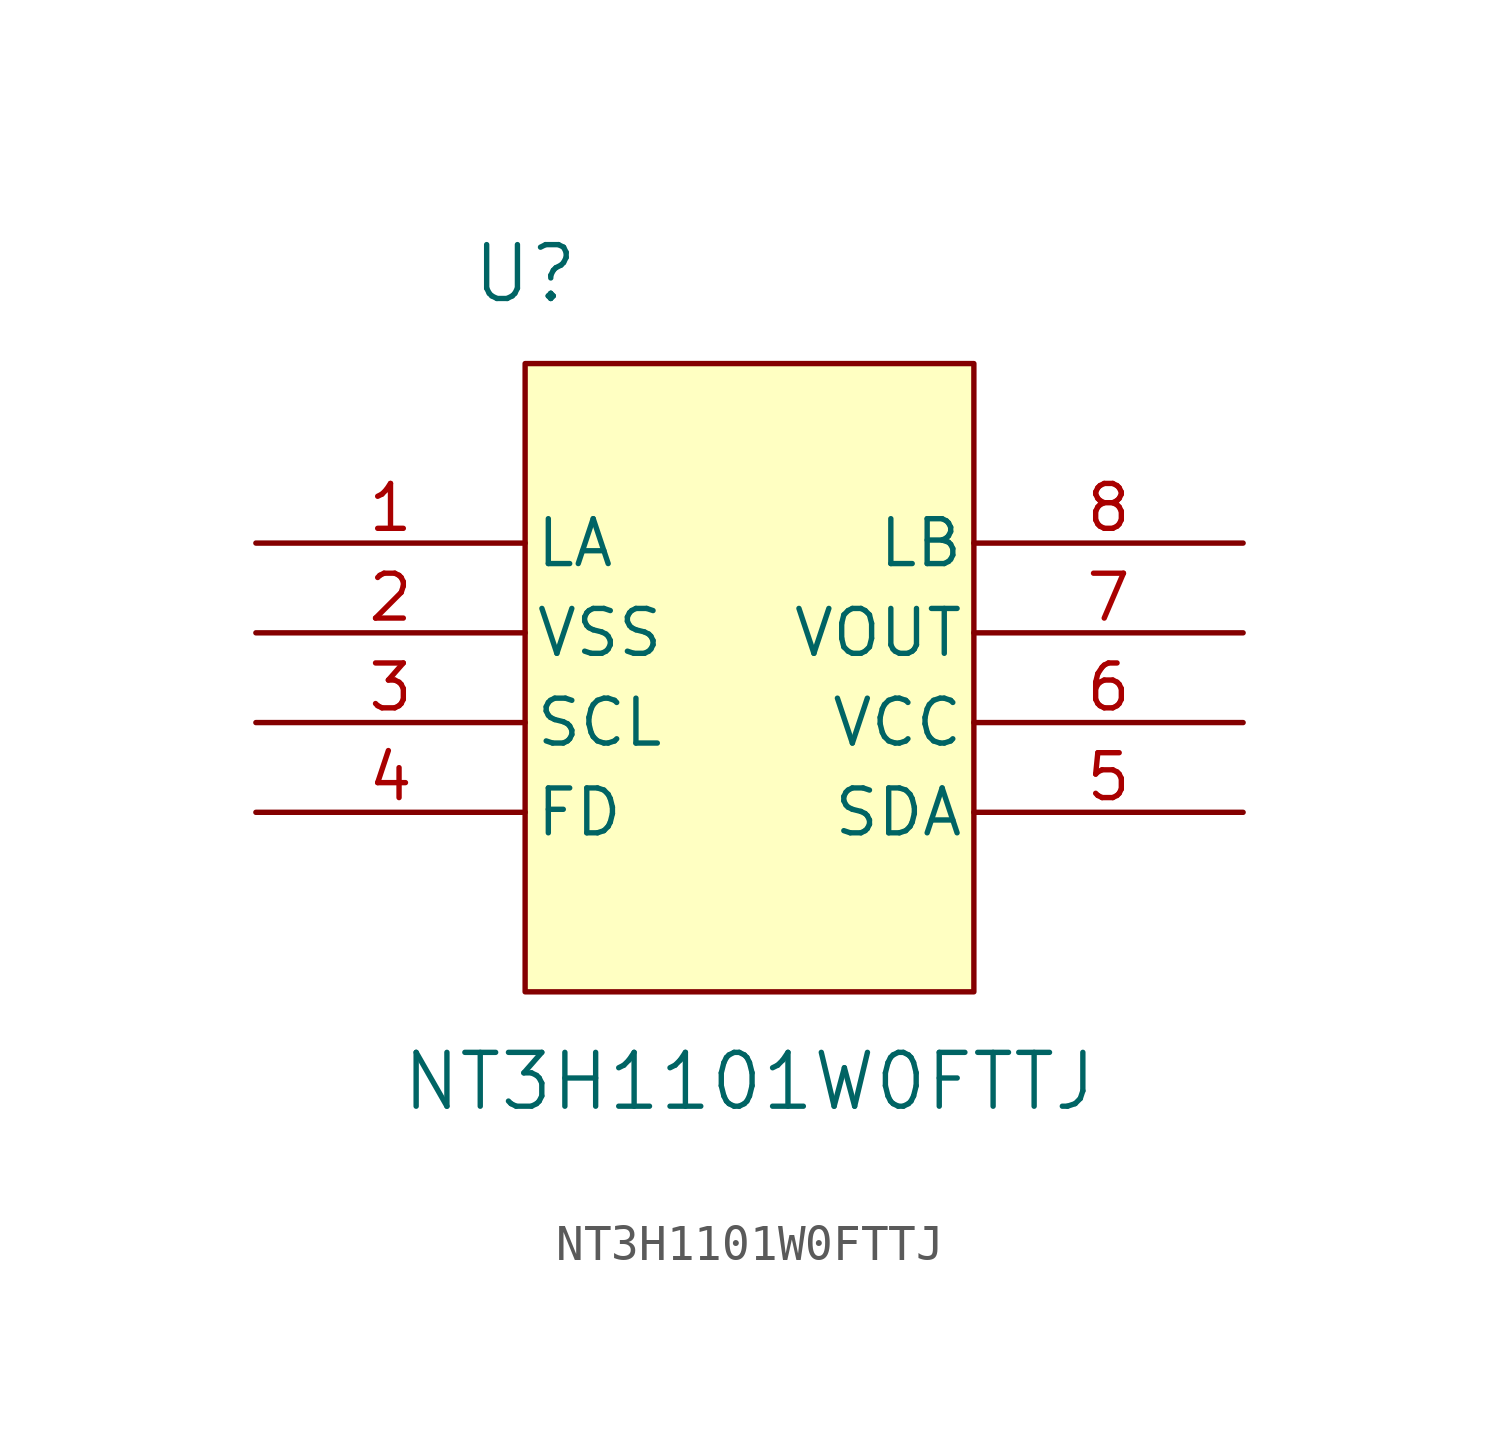
<source format=kicad_sym>
(kicad_symbol_lib
  (version 20220914)
  (generator kicad_symbol_editor)
  (symbol "NT3H1101W0FTTJ"
    (pin_names
      (offset 0.254))
    (property "Reference" "U"
      (at 0 20.32 0)
      (effects (font (size 1.524 1.524))))
    (property "Value" "NT3H1101W0FTTJ"
      (at 6.35 -2.54 0)
      (effects (font (size 1.524 1.524))))
    (symbol "NT3H1101W0FTTJ_0_1"
      (pin power_out line (at -7.62 10.16 0) (length 7.62) (name "VSS" (effects (font (size 1.27 1.27)))) (number "2" (effects (font (size 1.27 1.27)))))
      (pin unspecified line (at -7.62 7.62 0) (length 7.62) (name "SCL" (effects (font (size 1.27 1.27)))) (number "3" (effects (font (size 1.27 1.27)))))
      (pin unspecified line (at -7.62 5.08 0) (length 7.62) (name "FD" (effects (font (size 1.27 1.27)))) (number "4" (effects (font (size 1.27 1.27)))))
      (pin unspecified line (at 20.32 5.08 180) (length 7.62) (name "SDA" (effects (font (size 1.27 1.27)))) (number "5" (effects (font (size 1.27 1.27)))))
      (pin power_in line (at 20.32 7.62 180) (length 7.62) (name "VCC" (effects (font (size 1.27 1.27)))) (number "6" (effects (font (size 1.27 1.27)))))
      (pin power_in line (at 20.32 10.16 180) (length 7.62) (name "VOUT" (effects (font (size 1.27 1.27)))) (number "7" (effects (font (size 1.27 1.27))))))
    (symbol "NT3H1101W0FTTJ_1_1"
      (rectangle (start 0 17.78) (end 12.7 0) (stroke (width 0) (type default)) (fill (type background)))
      (pin unspecified line (at -7.62 12.7 0) (length 7.62) (name "LA" (effects (font (size 1.27 1.27)))) (number "1" (effects (font (size 1.27 1.27)))))
      (pin unspecified line (at 20.32 12.7 180) (length 7.62) (name "LB" (effects (font (size 1.27 1.27)))) (number "8" (effects (font (size 1.27 1.27))))))))
</source>
